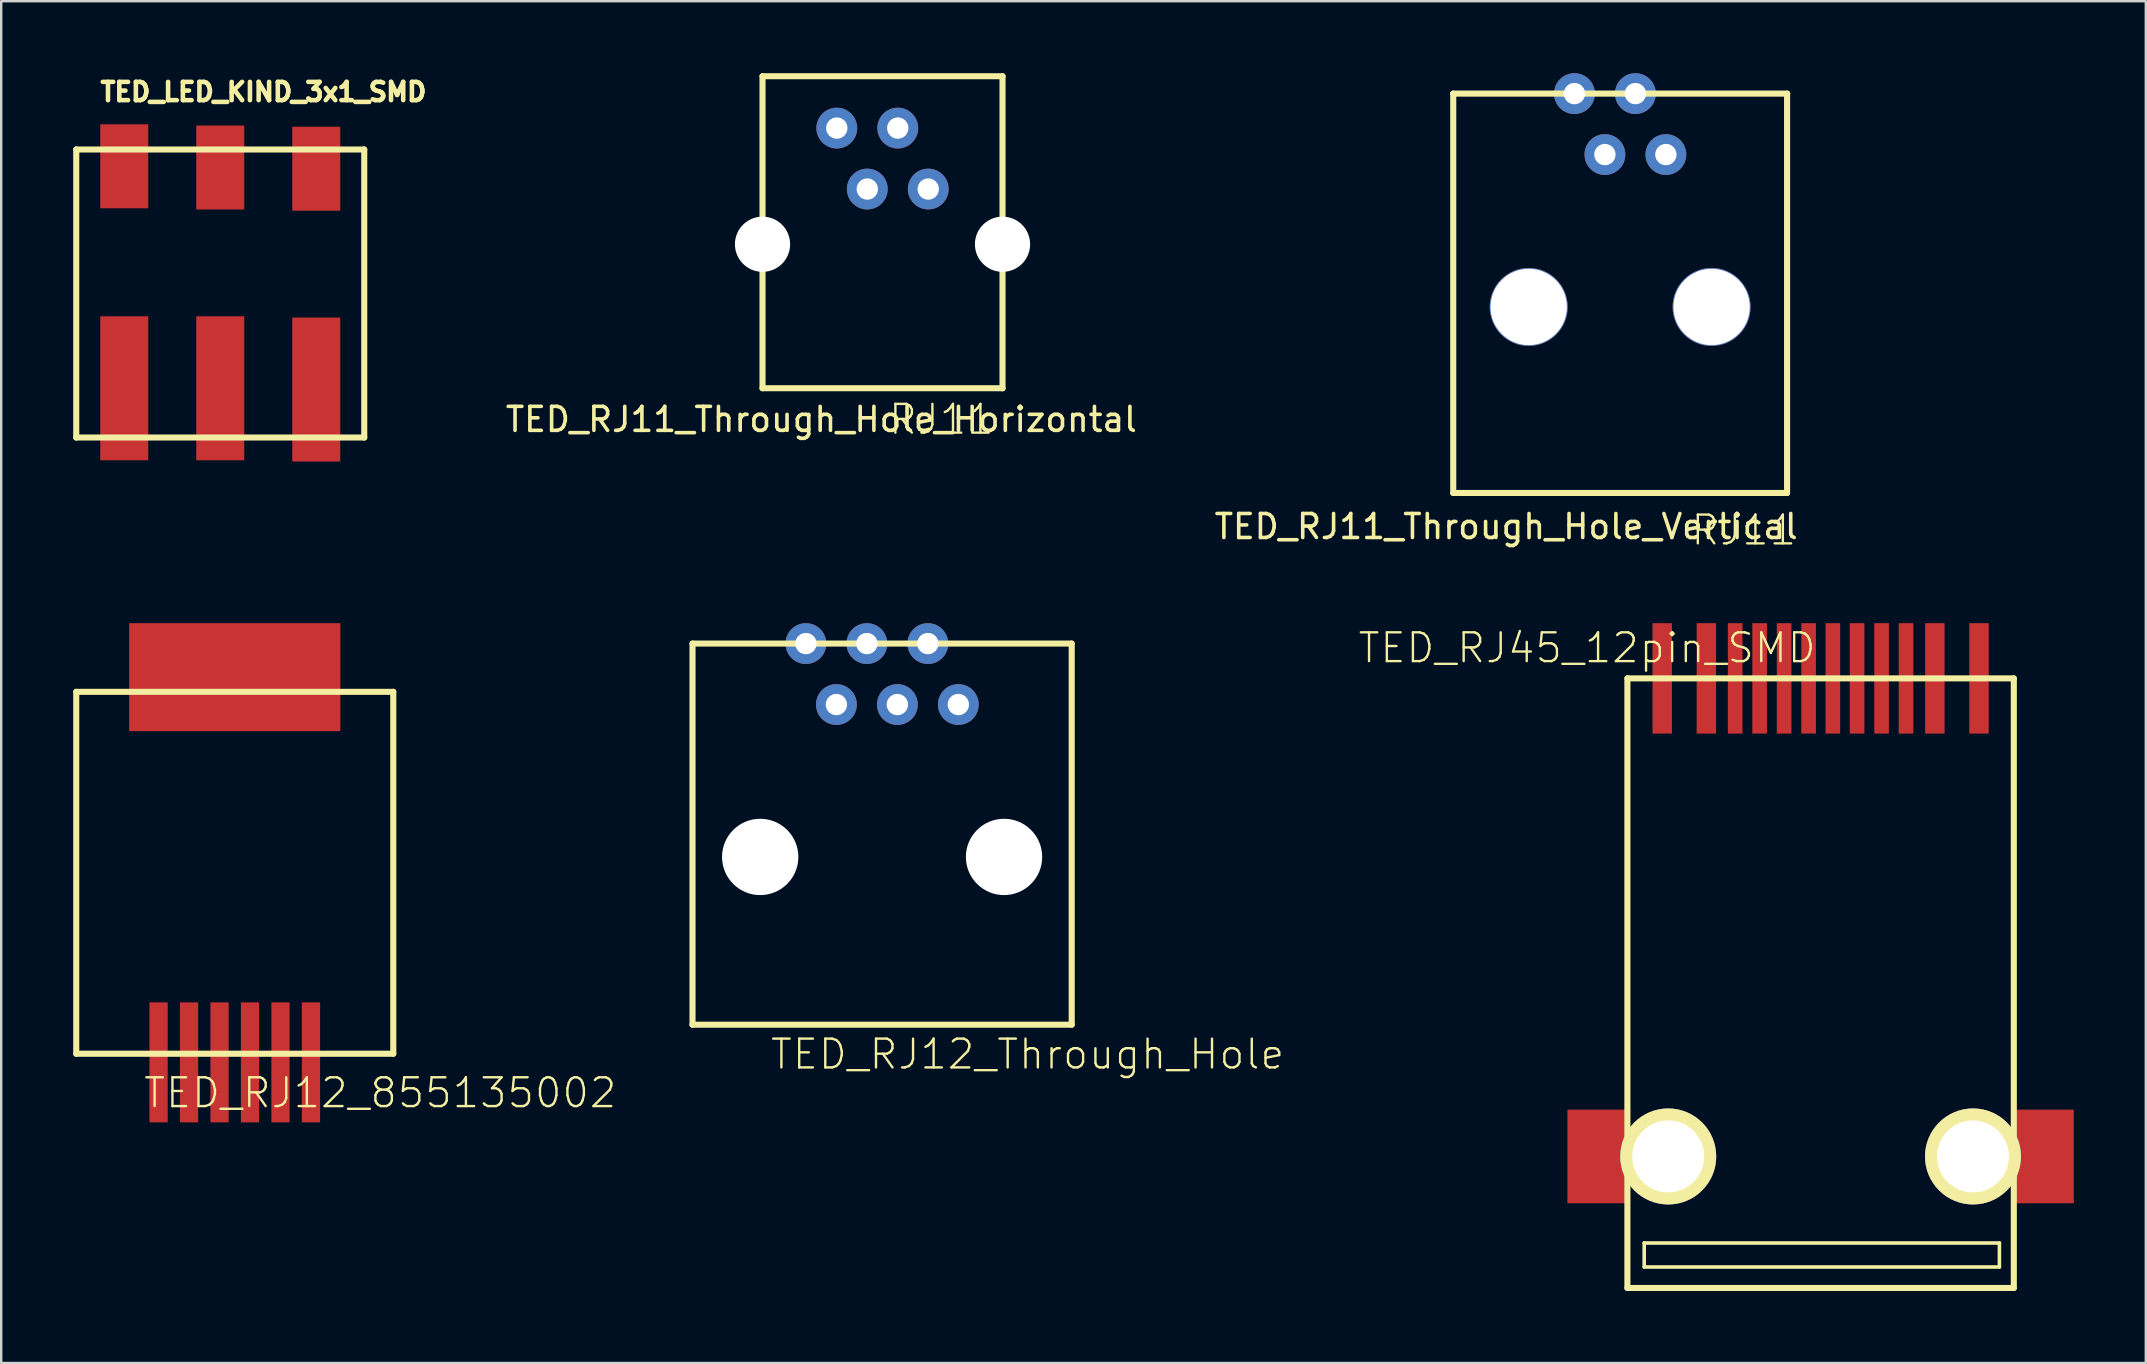
<source format=kicad_pcb>
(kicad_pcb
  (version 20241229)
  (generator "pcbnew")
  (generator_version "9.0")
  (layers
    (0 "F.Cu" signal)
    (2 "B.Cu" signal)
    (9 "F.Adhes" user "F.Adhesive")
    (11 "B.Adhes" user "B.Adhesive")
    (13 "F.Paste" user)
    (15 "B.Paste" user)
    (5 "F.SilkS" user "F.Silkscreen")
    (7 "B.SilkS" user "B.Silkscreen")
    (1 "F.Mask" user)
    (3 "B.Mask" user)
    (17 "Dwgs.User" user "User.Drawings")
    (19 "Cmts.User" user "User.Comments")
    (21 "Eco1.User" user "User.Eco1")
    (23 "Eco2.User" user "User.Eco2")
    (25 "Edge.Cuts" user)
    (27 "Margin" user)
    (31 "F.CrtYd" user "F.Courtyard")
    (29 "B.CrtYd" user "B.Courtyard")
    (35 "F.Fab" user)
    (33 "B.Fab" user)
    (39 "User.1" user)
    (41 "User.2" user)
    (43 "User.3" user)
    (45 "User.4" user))
  (footprint "TED_RJ11_Through_Hole_Horizontal"
    (layer "F.Cu")
    (at 33.722 7.127)
    (property "Reference" "TED_RJ11_Through_Hole_Horizontal" (at -2.55 7.3 0) (layer "F.SilkS") (effects (font (size 1 1) (thickness 0.15))))
    (attr through_hole)
    (fp_line (start -5 -7) (end 5 -7) (stroke (width 0.254) (type solid)) (layer "F.SilkS"))
    (fp_line (start -5 6) (end -5 -7) (stroke (width 0.254) (type solid)) (layer "F.SilkS"))
    (fp_line (start 5 -7) (end 5 6) (stroke (width 0.254) (type solid)) (layer "F.SilkS"))
    (fp_line (start 5 6) (end -5 6) (stroke (width 0.254) (type solid)) (layer "F.SilkS"))
    (fp_text user "RJ11" (at 2.45 7.3 0) (layer "F.SilkS") (effects (font (size 1.2 1.2) (thickness 0.099))))
    (pad "" np_thru_hole circle (at -5 0) (size 2.3 2.3) (drill 2.3) (layers "*.Cu" "*.Mask"))
    (pad "" np_thru_hole circle (at 5 0) (size 2.3 2.3) (drill 2.3) (layers "*.Cu" "*.Mask"))
    (pad "1" thru_hole circle (at -1.905 -4.84) (size 1.7 1.7) (drill 0.89) (layers "*.Cu" "*.Mask"))
    (pad "2" thru_hole circle (at -0.635 -2.3) (size 1.7 1.7) (drill 0.89) (layers "*.Cu" "*.Mask"))
    (pad "3" thru_hole circle (at 0.635 -4.84) (size 1.7 1.7) (drill 0.89) (layers "*.Cu" "*.Mask"))
    (pad "4" thru_hole circle (at 1.905 -2.3) (size 1.7 1.7) (drill 0.89) (layers "*.Cu" "*.Mask")))
  (footprint "TED_LED_KIND_3x1_SMD"
    (layer "F.Cu")
    (at 6.127 9.18)
    (property "Reference" "TED_LED_KIND_3x1_SMD" (at 1.8 -8.4 0) (layer "F.SilkS") (effects (font (size 0.762 0.762) (thickness 0.191))))
    (attr through_hole)
    (fp_line (start -6 6) (end -6 -6) (stroke (width 0.254) (type solid)) (layer "F.SilkS"))
    (fp_line (start 6 -6) (end -6 -6) (stroke (width 0.254) (type solid)) (layer "F.SilkS"))
    (fp_line (start 6 -6) (end 6 6) (stroke (width 0.254) (type solid)) (layer "F.SilkS"))
    (fp_line (start 6 6) (end -6 6) (stroke (width 0.254) (type solid)) (layer "F.SilkS"))
    (pad "" smd rect (at -4 -5.301) (size 2 3.5) (layers "F.Cu" "F.Mask" "F.Paste"))
    (pad "" smd rect (at 0 -5.251) (size 2 3.5) (layers "F.Cu" "F.Mask" "F.Paste"))
    (pad "" smd rect (at 4 -5.2) (size 2 3.5) (layers "F.Cu" "F.Mask" "F.Paste"))
    (pad "1" smd rect (at 4 4) (size 2 6) (layers "F.Cu" "F.Mask" "F.Paste"))
    (pad "2" smd rect (at 0 3.949) (size 2 6) (layers "F.Cu" "F.Mask" "F.Paste"))
    (pad "3" smd rect (at -4 3.949) (size 2 6) (layers "F.Cu" "F.Mask" "F.Paste")))
  (footprint "TED_RJ12_855135002"
    (layer "F.Cu")
    (at 6.732 33.316)
    (property "Reference" "TED_RJ12_855135002" (at 6.06 9.17 0) (layer "F.SilkS") (effects (font (size 1.2 1.2) (thickness 0.099))))
    (attr through_hole)
    (fp_line (start -6.605 -7.54) (end 6.605 -7.54) (stroke (width 0.254) (type solid)) (layer "F.SilkS"))
    (fp_line (start -6.605 7.54) (end -6.605 -7.54) (stroke (width 0.254) (type solid)) (layer "F.SilkS"))
    (fp_line (start 6.605 -7.54) (end 6.605 7.54) (stroke (width 0.254) (type solid)) (layer "F.SilkS"))
    (fp_line (start 6.605 7.54) (end -6.605 7.54) (stroke (width 0.254) (type solid)) (layer "F.SilkS"))
    (pad "1" smd rect (at 3.175 7.9) (size 0.76 5) (layers "F.Cu" "F.Mask" "F.Paste"))
    (pad "2" smd rect (at 1.905 7.9) (size 0.76 5) (layers "F.Cu" "F.Mask" "F.Paste"))
    (pad "3" smd rect (at 0.635 7.9) (size 0.76 5) (layers "F.Cu" "F.Mask" "F.Paste"))
    (pad "4" smd rect (at -0.635 7.9) (size 0.76 5) (layers "F.Cu" "F.Mask" "F.Paste"))
    (pad "5" smd rect (at -1.905 7.9) (size 0.76 5) (layers "F.Cu" "F.Mask" "F.Paste"))
    (pad "6" smd rect (at -3.175 7.9) (size 0.76 5) (layers "F.Cu" "F.Mask" "F.Paste"))
    (pad "PAD" smd rect (at 0 -8.15) (size 8.8 4.5) (layers "F.Cu" "F.Mask" "F.Paste")))
  (footprint "TED_RJ45_12pin_SMD"
    (layer "F.Cu")
    (at 72.809 37.916)
    (property "Reference" "TED_RJ45_12pin_SMD" (at -9.73 -13.97 0) (layer "F.SilkS") (effects (font (size 1.2 1.2) (thickness 0.099))))
    (attr through_hole)
    (fp_line (start -8.05 -12.7) (end 8.05 -12.7) (stroke (width 0.254) (type solid)) (layer "F.SilkS"))
    (fp_line (start -8.05 12.7) (end -8.05 -12.7) (stroke (width 0.254) (type solid)) (layer "F.SilkS"))
    (fp_line (start -7.35 10.825) (end -7.35 11.825) (stroke (width 0.15) (type solid)) (layer "F.SilkS"))
    (fp_line (start -7.35 11.825) (end 7.45 11.825) (stroke (width 0.15) (type solid)) (layer "F.SilkS"))
    (fp_line (start 7.45 10.825) (end -7.35 10.825) (stroke (width 0.15) (type solid)) (layer "F.SilkS"))
    (fp_line (start 7.45 11.825) (end 7.45 10.825) (stroke (width 0.15) (type solid)) (layer "F.SilkS"))
    (fp_line (start 8.05 -12.7) (end 8.05 12.7) (stroke (width 0.254) (type solid)) (layer "F.SilkS"))
    (fp_line (start 8.05 12.7) (end -8.05 12.7) (stroke (width 0.254) (type solid)) (layer "F.SilkS"))
    (pad "" connect rect (at -9.3 7.22) (size 2.5 3.9) (layers "F.Cu" "F.Mask" "F.Paste"))
    (pad "" np_thru_hole circle (at -6.35 7.22) (size 4 4) (drill 3) (layers "*.Cu" "*.Mask" "F.SilkS"))
    (pad "" np_thru_hole circle (at 6.35 7.22) (size 4 4) (drill 3) (layers "*.Cu" "*.Mask" "F.SilkS"))
    (pad "" connect rect (at 9.3 7.22) (size 2.5 3.9) (layers "F.Cu" "F.Mask" "F.Paste"))
    (pad "1" smd rect (at 6.6 -12.7) (size 0.81 4.6) (layers "F.Cu" "F.Mask" "F.Paste"))
    (pad "2" smd rect (at 4.76 -12.7) (size 0.81 4.6) (layers "F.Cu" "F.Mask" "F.Paste"))
    (pad "3" smd rect (at 3.56 -12.7) (size 0.61 4.6) (layers "F.Cu" "F.Mask" "F.Paste"))
    (pad "4" smd rect (at 2.54 -12.7) (size 0.61 4.6) (layers "F.Cu" "F.Mask" "F.Paste"))
    (pad "5" smd rect (at 1.52 -12.7) (size 0.61 4.6) (layers "F.Cu" "F.Mask" "F.Paste"))
    (pad "6" smd rect (at 0.51 -12.7) (size 0.61 4.6) (layers "F.Cu" "F.Mask" "F.Paste"))
    (pad "7" smd rect (at -0.5 -12.7) (size 0.61 4.6) (layers "F.Cu" "F.Mask" "F.Paste"))
    (pad "8" smd rect (at -1.52 -12.7) (size 0.61 4.6) (layers "F.Cu" "F.Mask" "F.Paste"))
    (pad "9" smd rect (at -2.54 -12.7) (size 0.61 4.6) (layers "F.Cu" "F.Mask" "F.Paste"))
    (pad "10" smd rect (at -3.56 -12.7) (size 0.61 4.6) (layers "F.Cu" "F.Mask" "F.Paste"))
    (pad "11" smd rect (at -4.76 -12.7) (size 0.81 4.6) (layers "F.Cu" "F.Mask" "F.Paste"))
    (pad "12" smd rect (at -6.6 -12.7) (size 0.81 4.6) (layers "F.Cu" "F.Mask" "F.Paste")))
  (footprint "TED_RJ11_Through_Hole_Vertical"
    (layer "F.Cu")
    (at 64.457 9.74)
    (property "Reference" "TED_RJ11_Through_Hole_Vertical" (at -4.75 9.15 0) (layer "F.SilkS") (effects (font (size 1 1) (thickness 0.15))))
    (attr through_hole)
    (fp_line (start -6.96 -8.89) (end 6.96 -8.89) (stroke (width 0.254) (type solid)) (layer "F.SilkS"))
    (fp_line (start -6.955 7.75) (end -6.955 -8.89) (stroke (width 0.254) (type solid)) (layer "F.SilkS"))
    (fp_line (start 6.955 -8.89) (end 6.955 7.75) (stroke (width 0.254) (type solid)) (layer "F.SilkS"))
    (fp_line (start 6.955 7.75) (end -6.955 7.75) (stroke (width 0.254) (type solid)) (layer "F.SilkS"))
    (fp_text user "RJ11" (at 5.15 9.3 0) (layer "F.SilkS") (effects (font (size 1.2 1.2) (thickness 0.099))))
    (pad "" np_thru_hole circle (at -3.81 0) (size 3.25 3.25) (drill 3.18) (layers "*.Cu" "*.Mask"))
    (pad "" np_thru_hole circle (at 3.81 0) (size 3.25 3.25) (drill 3.18) (layers "*.Cu" "*.Mask"))
    (pad "1" thru_hole circle (at -1.905 -8.89) (size 1.7 1.7) (drill 0.89) (layers "*.Cu" "*.Mask"))
    (pad "2" thru_hole circle (at -0.635 -6.35) (size 1.7 1.7) (drill 0.89) (layers "*.Cu" "*.Mask"))
    (pad "3" thru_hole circle (at 0.635 -8.89) (size 1.7 1.7) (drill 0.89) (layers "*.Cu" "*.Mask"))
    (pad "4" thru_hole circle (at 1.905 -6.35) (size 1.7 1.7) (drill 0.89) (layers "*.Cu" "*.Mask")))
  (footprint "TED_RJ12_Through_Hole"
    (layer "F.Cu")
    (at 33.705 31.706)
    (property "Reference" "TED_RJ12_Through_Hole" (at 6.06 9.17 0) (layer "F.SilkS") (effects (font (size 1.2 1.2) (thickness 0.099))))
    (attr through_hole)
    (fp_line (start -7.9 -7.94) (end 7.9 -7.94) (stroke (width 0.254) (type solid)) (layer "F.SilkS"))
    (fp_line (start -7.9 7.94) (end -7.9 -7.94) (stroke (width 0.254) (type solid)) (layer "F.SilkS"))
    (fp_line (start 7.9 -7.94) (end 7.9 7.94) (stroke (width 0.254) (type solid)) (layer "F.SilkS"))
    (fp_line (start 7.9 7.94) (end -7.9 7.94) (stroke (width 0.254) (type solid)) (layer "F.SilkS"))
    (pad "" np_thru_hole circle (at -5.08 0.95) (size 3.18 3.18) (drill 3.18) (layers "*.Cu" "*.Mask"))
    (pad "" np_thru_hole circle (at 5.08 0.95) (size 3.18 3.18) (drill 3.18) (layers "*.Cu" "*.Mask"))
    (pad "1" thru_hole circle (at -3.175 -7.94) (size 1.7 1.7) (drill 0.89) (layers "*.Cu" "*.Mask"))
    (pad "2" thru_hole circle (at -1.905 -5.4) (size 1.7 1.7) (drill 0.89) (layers "*.Cu" "*.Mask"))
    (pad "3" thru_hole circle (at -0.635 -7.94) (size 1.7 1.7) (drill 0.89) (layers "*.Cu" "*.Mask"))
    (pad "4" thru_hole circle (at 0.635 -5.4) (size 1.7 1.7) (drill 0.89) (layers "*.Cu" "*.Mask"))
    (pad "5" thru_hole circle (at 1.905 -7.94) (size 1.7 1.7) (drill 0.89) (layers "*.Cu" "*.Mask"))
    (pad "6" thru_hole circle (at 3.175 -5.4) (size 1.7 1.7) (drill 0.89) (layers "*.Cu" "*.Mask")))
  (gr_rect
    (start -3 -3)
    (end 86.359 53.743)
    (stroke (width 0.1) (type default))
    (fill no)
    (layer "Edge.Cuts")))
</source>
